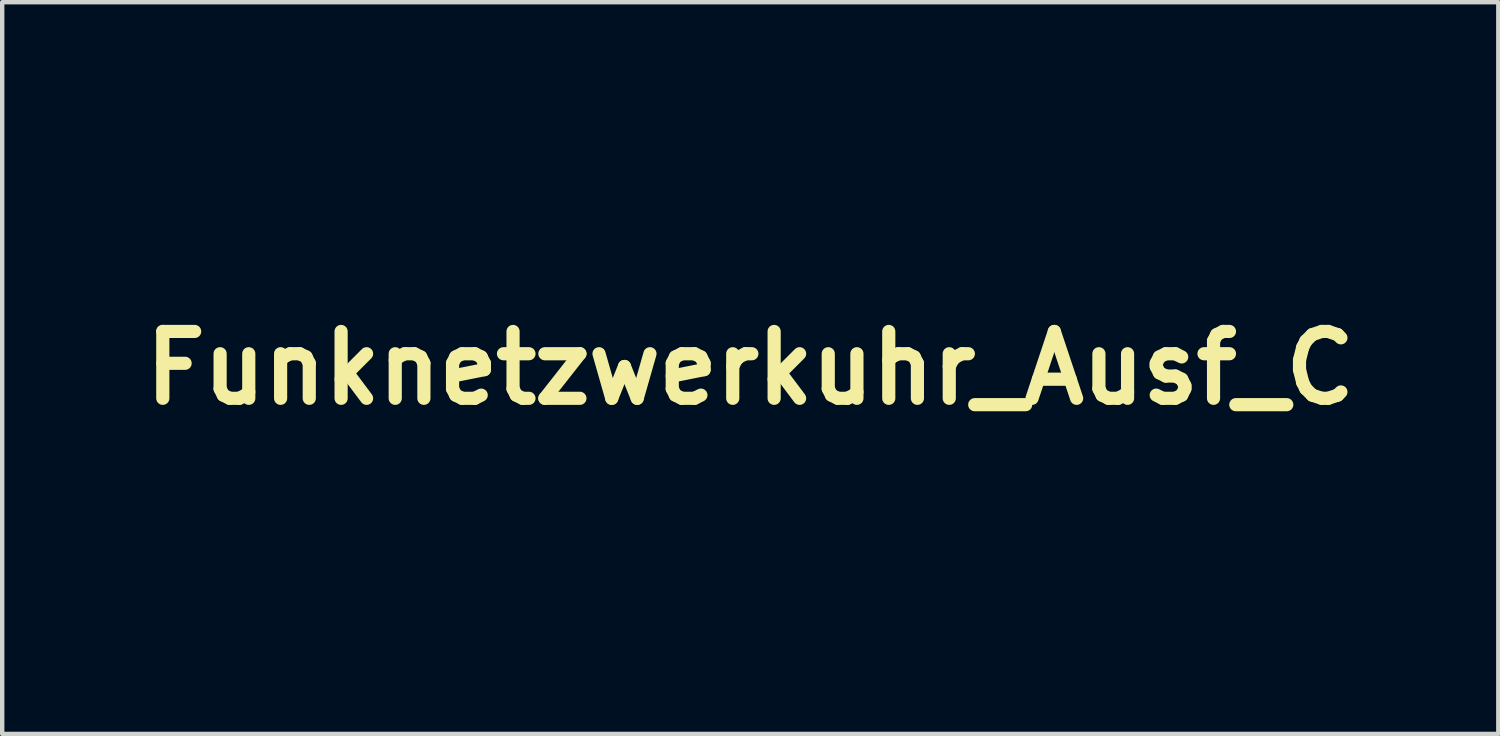
<source format=kicad_pcb>
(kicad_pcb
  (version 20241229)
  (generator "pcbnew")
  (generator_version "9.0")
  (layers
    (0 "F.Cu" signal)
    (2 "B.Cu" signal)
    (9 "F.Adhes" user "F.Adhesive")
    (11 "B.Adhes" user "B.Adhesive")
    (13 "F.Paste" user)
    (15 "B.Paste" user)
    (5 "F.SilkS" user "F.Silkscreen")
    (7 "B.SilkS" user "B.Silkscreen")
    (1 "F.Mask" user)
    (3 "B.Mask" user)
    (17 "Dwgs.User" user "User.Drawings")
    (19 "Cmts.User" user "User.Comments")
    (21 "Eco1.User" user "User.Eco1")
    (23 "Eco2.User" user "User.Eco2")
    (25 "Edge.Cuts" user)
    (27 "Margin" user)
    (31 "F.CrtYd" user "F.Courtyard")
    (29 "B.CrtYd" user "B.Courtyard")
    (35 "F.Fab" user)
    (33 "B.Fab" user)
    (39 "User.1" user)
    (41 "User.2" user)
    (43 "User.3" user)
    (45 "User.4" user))
  (footprint "Funknetzwerkuhr_Ausf_C"
    (layer "F.Cu")
    (at 14.05 5.339)
    (property "Reference" "Funknetzwerkuhr_Ausf_C" (at 0 0 0) (layer "F.SilkS") (effects (font (size 1.524 1.524) (thickness 0.3))))
    (attr through_hole)
    (fp_poly (pts (xy 10.958 5.271) (xy 10.922 5.334) (xy 10.886 5.271) (xy 10.922 5.207) (xy 10.958 5.271)) (stroke (width 0.01) (type solid)) (fill no) (layer "Eco2.User"))
    (fp_poly (pts (xy -4.346 4.164) (xy -4.269 4.274) (xy -4.179 4.451) (xy -4.199 4.601) (xy -4.256 4.72) (xy -4.386 4.92) (xy -4.487 4.908) (xy -4.573 4.76) (xy -4.623 4.578) (xy -4.566 4.38) (xy -4.534 4.315) (xy -4.429 4.145) (xy -4.346 4.164)) (stroke (width 0.01) (type solid)) (fill no) (layer "Eco2.User"))
    (fp_poly (pts (xy -5.405 -5.213) (xy -5.388 -4.887) (xy -5.376 -4.4) (xy -5.371 -3.798) (xy -5.37 -3.629) (xy -5.368 -2.928) (xy -5.36 -2.443) (xy -5.342 -2.134) (xy -5.314 -1.963) (xy -5.272 -1.891) (xy -5.256 -1.883) (xy -5.213 -1.817) (xy -5.298 -1.684) (xy -5.355 -1.622) (xy -5.505 -1.484) (xy -5.596 -1.488) (xy -5.69 -1.638) (xy -5.697 -1.651) (xy -5.819 -1.807) (xy -5.906 -1.814) (xy -5.934 -1.824) (xy -5.891 -1.937) (xy -5.844 -2.134) (xy -5.817 -2.494) (xy -5.809 -3.052) (xy -5.813 -3.499) (xy -5.82 -4.102) (xy -5.817 -4.504) (xy -5.798 -4.759) (xy -5.758 -4.92) (xy -5.693 -5.039) (xy -5.656 -5.091) (xy -5.515 -5.26) (xy -5.425 -5.331) (xy -5.405 -5.213)) (stroke (width 0.01) (type solid)) (fill no) (layer "Eco2.User"))
    (fp_poly (pts (xy -4.472 -3.98) (xy -4.479 -3.806) (xy -4.59 -3.505) (xy -4.78 -3.354) (xy -4.952 -3.375) (xy -5.054 -3.423) (xy -5.068 -3.369) (xy -4.998 -3.163) (xy -4.973 -3.096) (xy -4.836 -2.726) (xy -4.692 -2.333) (xy -4.687 -2.318) (xy -4.569 -2.069) (xy -4.465 -1.962) (xy -4.445 -1.965) (xy -4.358 -1.986) (xy -4.369 -1.895) (xy -4.461 -1.738) (xy -4.569 -1.611) (xy -4.783 -1.39) (xy -5.04 -2.058) (xy -5.174 -2.422) (xy -5.267 -2.704) (xy -5.298 -2.833) (xy -5.264 -2.996) (xy -5.177 -3.294) (xy -5.11 -3.5) (xy -4.989 -3.828) (xy -4.901 -3.967) (xy -4.813 -3.957) (xy -4.788 -3.935) (xy -4.651 -3.879) (xy -4.608 -3.937) (xy -4.524 -4.064) (xy -4.472 -3.98)) (stroke (width 0.01) (type solid)) (fill no) (layer "Eco2.User"))
    (fp_poly (pts (xy -0.875 -4.387) (xy -0.871 -4.263) (xy -0.824 -3.997) (xy -0.708 -3.898) (xy -0.544 -3.842) (xy -0.711 -3.746) (xy -0.797 -3.678) (xy -0.844 -3.556) (xy -0.862 -3.321) (xy -0.859 -2.912) (xy -0.856 -2.746) (xy -0.838 -2.263) (xy -0.81 -1.989) (xy -0.764 -1.88) (xy -0.726 -1.875) (xy -0.677 -1.856) (xy -0.753 -1.723) (xy -0.758 -1.716) (xy -0.926 -1.547) (xy -1.08 -1.577) (xy -1.208 -1.71) (xy -1.343 -1.819) (xy -1.421 -1.805) (xy -1.434 -1.814) (xy -1.388 -1.932) (xy -1.328 -2.239) (xy -1.313 -2.774) (xy -1.317 -2.971) (xy -1.322 -3.459) (xy -1.296 -3.789) (xy -1.228 -4.051) (xy -1.176 -4.182) (xy -1.025 -4.483) (xy -0.923 -4.551) (xy -0.875 -4.387)) (stroke (width 0.01) (type solid)) (fill no) (layer "Eco2.User"))
    (fp_poly (pts (xy 5.699 -5.213) (xy 5.715 -4.887) (xy 5.727 -4.4) (xy 5.733 -3.798) (xy 5.733 -3.629) (xy 5.735 -2.928) (xy 5.744 -2.443) (xy 5.761 -2.134) (xy 5.79 -1.963) (xy 5.832 -1.891) (xy 5.847 -1.883) (xy 5.89 -1.817) (xy 5.806 -1.684) (xy 5.748 -1.622) (xy 5.598 -1.484) (xy 5.507 -1.488) (xy 5.413 -1.638) (xy 5.407 -1.651) (xy 5.284 -1.807) (xy 5.197 -1.814) (xy 5.17 -1.824) (xy 5.213 -1.937) (xy 5.26 -2.134) (xy 5.286 -2.494) (xy 5.294 -3.052) (xy 5.29 -3.499) (xy 5.283 -4.102) (xy 5.286 -4.504) (xy 5.305 -4.759) (xy 5.345 -4.92) (xy 5.411 -5.039) (xy 5.448 -5.091) (xy 5.589 -5.26) (xy 5.679 -5.331) (xy 5.699 -5.213)) (stroke (width 0.01) (type solid)) (fill no) (layer "Eco2.User"))
    (fp_poly (pts (xy 6.631 -3.98) (xy 6.624 -3.806) (xy 6.513 -3.505) (xy 6.323 -3.354) (xy 6.151 -3.375) (xy 6.05 -3.423) (xy 6.036 -3.369) (xy 6.106 -3.163) (xy 6.13 -3.096) (xy 6.267 -2.726) (xy 6.412 -2.333) (xy 6.417 -2.318) (xy 6.534 -2.069) (xy 6.639 -1.962) (xy 6.658 -1.965) (xy 6.746 -1.986) (xy 6.735 -1.895) (xy 6.642 -1.738) (xy 6.535 -1.611) (xy 6.32 -1.39) (xy 6.063 -2.058) (xy 5.929 -2.422) (xy 5.836 -2.704) (xy 5.806 -2.833) (xy 5.84 -2.996) (xy 5.927 -3.294) (xy 5.994 -3.5) (xy 6.114 -3.828) (xy 6.203 -3.967) (xy 6.29 -3.957) (xy 6.316 -3.935) (xy 6.453 -3.879) (xy 6.495 -3.937) (xy 6.58 -4.064) (xy 6.631 -3.98)) (stroke (width 0.01) (type solid)) (fill no) (layer "Eco2.User"))
    (fp_poly (pts (xy 5.147 -3.973) (xy 5.153 -3.946) (xy 5.089 -3.675) (xy 4.937 -3.49) (xy 4.762 -3.457) (xy 4.566 -3.523) (xy 4.587 -2.746) (xy 4.602 -2.319) (xy 4.629 -2.09) (xy 4.682 -2.001) (xy 4.777 -1.997) (xy 4.79 -1.999) (xy 4.915 -2.01) (xy 4.908 -1.948) (xy 4.826 -1.831) (xy 4.617 -1.571) (xy 4.479 -1.478) (xy 4.382 -1.537) (xy 4.353 -1.59) (xy 4.222 -1.751) (xy 4.149 -1.778) (xy 4.077 -1.813) (xy 4.122 -1.93) (xy 4.17 -2.134) (xy 4.201 -2.5) (xy 4.209 -2.819) (xy 4.202 -3.242) (xy 4.175 -3.467) (xy 4.118 -3.552) (xy 4.082 -3.559) (xy 4.015 -3.588) (xy 4.058 -3.694) (xy 4.136 -3.805) (xy 4.274 -3.96) (xy 4.368 -3.951) (xy 4.431 -3.867) (xy 4.543 -3.755) (xy 4.634 -3.841) (xy 4.744 -3.942) (xy 4.905 -4.006) (xy 5.058 -4.02) (xy 5.147 -3.973)) (stroke (width 0.01) (type solid)) (fill no) (layer "Eco2.User"))
    (fp_poly (pts (xy 10.88 -3.973) (xy 10.886 -3.946) (xy 10.823 -3.675) (xy 10.671 -3.49) (xy 10.495 -3.457) (xy 10.299 -3.523) (xy 10.32 -2.746) (xy 10.335 -2.319) (xy 10.362 -2.09) (xy 10.415 -2.001) (xy 10.51 -1.997) (xy 10.523 -1.999) (xy 10.649 -2.01) (xy 10.642 -1.948) (xy 10.559 -1.831) (xy 10.35 -1.571) (xy 10.212 -1.478) (xy 10.116 -1.537) (xy 10.086 -1.59) (xy 9.955 -1.751) (xy 9.883 -1.778) (xy 9.81 -1.813) (xy 9.855 -1.93) (xy 9.903 -2.134) (xy 9.934 -2.5) (xy 9.942 -2.819) (xy 9.935 -3.242) (xy 9.908 -3.467) (xy 9.851 -3.552) (xy 9.815 -3.559) (xy 9.748 -3.588) (xy 9.791 -3.694) (xy 9.869 -3.805) (xy 10.007 -3.96) (xy 10.101 -3.951) (xy 10.164 -3.867) (xy 10.276 -3.755) (xy 10.367 -3.841) (xy 10.477 -3.942) (xy 10.638 -4.006) (xy 10.791 -4.02) (xy 10.88 -3.973)) (stroke (width 0.01) (type solid)) (fill no) (layer "Eco2.User"))
    (fp_poly (pts (xy -1.747 -3.697) (xy -1.648 -3.435) (xy -1.598 -3.274) (xy -1.597 -3.263) (xy -1.654 -3.168) (xy -1.8 -2.995) (xy -1.923 -2.864) (xy -2.107 -2.66) (xy -2.224 -2.498) (xy -2.247 -2.439) (xy -2.193 -2.309) (xy -2.067 -2.123) (xy -1.931 -1.977) (xy -1.821 -1.983) (xy -1.689 -2.104) (xy -1.598 -2.184) (xy -1.612 -2.126) (xy -1.732 -1.92) (xy -1.772 -1.854) (xy -1.94 -1.598) (xy -2.066 -1.432) (xy -2.107 -1.397) (xy -2.193 -1.468) (xy -2.335 -1.642) (xy -2.348 -1.659) (xy -2.492 -1.821) (xy -2.589 -1.865) (xy -2.594 -1.861) (xy -2.619 -1.944) (xy -2.63 -2.218) (xy -2.625 -2.589) (xy -2.608 -3.175) (xy -2.25 -3.175) (xy -2.212 -2.896) (xy -2.122 -2.78) (xy -2.02 -2.863) (xy -1.997 -2.918) (xy -1.993 -3.118) (xy -2.054 -3.365) (xy -2.143 -3.537) (xy -2.18 -3.556) (xy -2.229 -3.446) (xy -2.25 -3.18) (xy -2.25 -3.175) (xy -2.608 -3.175) (xy -2.602 -3.376) (xy -1.898 -4.068) (xy -1.747 -3.697)) (stroke (width 0.01) (type solid)) (fill no) (layer "Eco2.User"))
    (fp_poly (pts (xy 3.695 -3.697) (xy 3.795 -3.435) (xy 3.845 -3.274) (xy 3.846 -3.263) (xy 3.789 -3.168) (xy 3.643 -2.995) (xy 3.52 -2.864) (xy 3.336 -2.66) (xy 3.219 -2.498) (xy 3.195 -2.439) (xy 3.25 -2.309) (xy 3.376 -2.123) (xy 3.511 -1.977) (xy 3.622 -1.983) (xy 3.754 -2.104) (xy 3.844 -2.184) (xy 3.831 -2.126) (xy 3.711 -1.92) (xy 3.671 -1.854) (xy 3.503 -1.598) (xy 3.377 -1.432) (xy 3.336 -1.397) (xy 3.25 -1.468) (xy 3.108 -1.642) (xy 3.095 -1.659) (xy 2.951 -1.821) (xy 2.854 -1.865) (xy 2.849 -1.861) (xy 2.824 -1.944) (xy 2.813 -2.218) (xy 2.818 -2.589) (xy 2.835 -3.175) (xy 3.193 -3.175) (xy 3.231 -2.896) (xy 3.32 -2.78) (xy 3.423 -2.863) (xy 3.446 -2.918) (xy 3.449 -3.118) (xy 3.389 -3.365) (xy 3.299 -3.537) (xy 3.263 -3.556) (xy 3.214 -3.446) (xy 3.193 -3.18) (xy 3.193 -3.175) (xy 2.835 -3.175) (xy 2.841 -3.376) (xy 3.545 -4.068) (xy 3.695 -3.697)) (stroke (width 0.01) (type solid)) (fill no) (layer "Eco2.User"))
    (fp_poly (pts (xy -8.53 -3.889) (xy -8.453 -3.581) (xy -8.42 -3.04) (xy -8.418 -2.848) (xy -8.414 -2.431) (xy -8.403 -2.136) (xy -8.388 -2.032) (xy -8.303 -1.992) (xy -8.232 -1.948) (xy -8.17 -1.928) (xy -8.136 -2.006) (xy -8.127 -2.226) (xy -8.136 -2.637) (xy -8.143 -2.835) (xy -8.157 -3.333) (xy -8.152 -3.634) (xy -8.122 -3.794) (xy -8.062 -3.869) (xy -8.046 -3.879) (xy -7.899 -3.912) (xy -7.804 -3.795) (xy -7.75 -3.497) (xy -7.73 -2.988) (xy -7.729 -2.794) (xy -7.721 -2.274) (xy -7.697 -1.977) (xy -7.653 -1.873) (xy -7.638 -1.873) (xy -7.553 -1.867) (xy -7.592 -1.756) (xy -7.738 -1.566) (xy -7.875 -1.426) (xy -7.954 -1.437) (xy -8.025 -1.581) (xy -8.106 -1.733) (xy -8.193 -1.722) (xy -8.301 -1.609) (xy -8.44 -1.478) (xy -8.544 -1.509) (xy -8.643 -1.635) (xy -8.732 -1.794) (xy -8.779 -1.997) (xy -8.793 -2.32) (xy -8.789 -2.7) (xy -8.785 -3.158) (xy -8.802 -3.419) (xy -8.847 -3.543) (xy -8.9 -3.577) (xy -8.969 -3.628) (xy -8.928 -3.728) (xy -8.836 -3.84) (xy -8.657 -3.972) (xy -8.53 -3.889)) (stroke (width 0.01) (type solid)) (fill no) (layer "Eco2.User"))
    (fp_poly (pts (xy -8.313 2.461) (xy -8.235 2.769) (xy -8.202 3.31) (xy -8.201 3.502) (xy -8.196 3.919) (xy -8.185 4.214) (xy -8.17 4.318) (xy -8.085 4.358) (xy -8.015 4.402) (xy -7.952 4.422) (xy -7.919 4.344) (xy -7.909 4.124) (xy -7.918 3.713) (xy -7.925 3.515) (xy -7.94 3.017) (xy -7.934 2.716) (xy -7.904 2.556) (xy -7.844 2.481) (xy -7.828 2.471) (xy -7.681 2.438) (xy -7.586 2.555) (xy -7.532 2.853) (xy -7.512 3.362) (xy -7.511 3.556) (xy -7.504 4.076) (xy -7.479 4.373) (xy -7.435 4.477) (xy -7.42 4.477) (xy -7.336 4.483) (xy -7.374 4.594) (xy -7.52 4.784) (xy -7.657 4.924) (xy -7.736 4.913) (xy -7.807 4.769) (xy -7.888 4.617) (xy -7.975 4.628) (xy -8.083 4.741) (xy -8.222 4.872) (xy -8.326 4.841) (xy -8.425 4.715) (xy -8.514 4.556) (xy -8.561 4.353) (xy -8.576 4.03) (xy -8.571 3.65) (xy -8.567 3.192) (xy -8.584 2.931) (xy -8.629 2.807) (xy -8.682 2.773) (xy -8.751 2.722) (xy -8.71 2.622) (xy -8.618 2.51) (xy -8.439 2.378) (xy -8.313 2.461)) (stroke (width 0.01) (type solid)) (fill no) (layer "Eco2.User"))
    (fp_poly (pts (xy -6.575 -3.951) (xy -6.493 -3.807) (xy -6.37 -3.633) (xy -6.282 -3.599) (xy -6.239 -3.513) (xy -6.223 -3.179) (xy -6.229 -2.789) (xy -6.237 -2.326) (xy -6.224 -2.057) (xy -6.184 -1.927) (xy -6.12 -1.88) (xy -6.048 -1.828) (xy -6.083 -1.731) (xy -6.194 -1.592) (xy -6.391 -1.423) (xy -6.524 -1.46) (xy -6.599 -1.714) (xy -6.621 -2.194) (xy -6.616 -2.434) (xy -6.612 -2.933) (xy -6.639 -3.24) (xy -6.701 -3.412) (xy -6.704 -3.416) (xy -6.829 -3.514) (xy -6.891 -3.496) (xy -6.937 -3.323) (xy -6.961 -2.989) (xy -6.963 -2.583) (xy -6.941 -2.194) (xy -6.896 -1.912) (xy -6.893 -1.902) (xy -6.863 -1.685) (xy -6.959 -1.532) (xy -6.961 -1.529) (xy -7.087 -1.422) (xy -7.164 -1.437) (xy -7.257 -1.56) (xy -7.322 -1.751) (xy -7.357 -2.119) (xy -7.366 -2.603) (xy -7.374 -3.103) (xy -7.401 -3.38) (xy -7.45 -3.462) (xy -7.457 -3.461) (xy -7.542 -3.48) (xy -7.525 -3.597) (xy -7.42 -3.756) (xy -7.376 -3.801) (xy -7.216 -3.897) (xy -7.072 -3.816) (xy -7.054 -3.796) (xy -6.92 -3.699) (xy -6.803 -3.79) (xy -6.765 -3.848) (xy -6.657 -3.99) (xy -6.575 -3.951)) (stroke (width 0.01) (type solid)) (fill no) (layer "Eco2.User"))
    (fp_poly (pts (xy -3.309 -3.951) (xy -3.228 -3.807) (xy -3.104 -3.633) (xy -3.016 -3.599) (xy -2.973 -3.513) (xy -2.957 -3.179) (xy -2.963 -2.789) (xy -2.971 -2.326) (xy -2.958 -2.057) (xy -2.918 -1.927) (xy -2.854 -1.88) (xy -2.783 -1.828) (xy -2.818 -1.731) (xy -2.928 -1.592) (xy -3.125 -1.423) (xy -3.258 -1.46) (xy -3.333 -1.714) (xy -3.355 -2.194) (xy -3.351 -2.434) (xy -3.346 -2.933) (xy -3.373 -3.24) (xy -3.436 -3.412) (xy -3.438 -3.416) (xy -3.563 -3.514) (xy -3.625 -3.496) (xy -3.672 -3.323) (xy -3.696 -2.989) (xy -3.697 -2.583) (xy -3.675 -2.194) (xy -3.631 -1.912) (xy -3.628 -1.902) (xy -3.598 -1.685) (xy -3.693 -1.532) (xy -3.695 -1.529) (xy -3.821 -1.422) (xy -3.899 -1.437) (xy -3.991 -1.56) (xy -4.057 -1.751) (xy -4.092 -2.119) (xy -4.1 -2.603) (xy -4.109 -3.103) (xy -4.136 -3.38) (xy -4.184 -3.462) (xy -4.191 -3.461) (xy -4.276 -3.48) (xy -4.259 -3.597) (xy -4.154 -3.756) (xy -4.11 -3.801) (xy -3.95 -3.897) (xy -3.806 -3.816) (xy -3.788 -3.796) (xy -3.654 -3.699) (xy -3.538 -3.79) (xy -3.499 -3.848) (xy -3.391 -3.99) (xy -3.309 -3.951)) (stroke (width 0.01) (type solid)) (fill no) (layer "Eco2.User"))
    (fp_poly (pts (xy 0.531 -3.971) (xy 0.581 -3.949) (xy 0.541 -3.826) (xy 0.441 -3.578) (xy 0.395 -3.473) (xy 0.288 -3.2) (xy 0.275 -3.073) (xy 0.323 -3.048) (xy 0.422 -2.995) (xy 0.435 -2.946) (xy 0.373 -2.735) (xy 0.225 -2.578) (xy 0.103 -2.54) (xy -0.066 -2.457) (xy -0.145 -2.349) (xy -0.169 -2.244) (xy -0.111 -2.174) (xy 0.048 -2.134) (xy 0.325 -2.116) (xy 0.52 -2.113) (xy 0.597 -2.094) (xy 0.587 -1.992) (xy 0.52 -1.816) (xy 0.42 -1.628) (xy 0.294 -1.564) (xy 0.093 -1.592) (xy -0.137 -1.607) (xy -0.327 -1.552) (xy -0.36 -1.527) (xy -0.476 -1.452) (xy -0.508 -1.536) (xy -0.472 -1.733) (xy -0.384 -2.034) (xy -0.357 -2.112) (xy -0.266 -2.386) (xy -0.254 -2.509) (xy -0.315 -2.54) (xy -0.332 -2.54) (xy -0.414 -2.557) (xy -0.397 -2.651) (xy -0.327 -2.794) (xy -0.182 -2.987) (xy -0.066 -3.048) (xy 0.069 -3.111) (xy 0.109 -3.175) (xy 0.079 -3.272) (xy -0.09 -3.33) (xy -0.381 -3.346) (xy -0.487 -3.379) (xy -0.485 -3.509) (xy -0.401 -3.729) (xy -0.298 -3.874) (xy -0.122 -3.953) (xy 0.141 -3.983) (xy 0.372 -3.984) (xy 0.531 -3.971)) (stroke (width 0.01) (type solid)) (fill no) (layer "Eco2.User"))
    (fp_poly (pts (xy -4.994 1.102) (xy -4.913 1.198) (xy -4.827 1.337) (xy -4.851 1.449) (xy -4.94 1.567) (xy -5.072 1.692) (xy -5.185 1.655) (xy -5.271 1.565) (xy -5.385 1.449) (xy -5.432 1.488) (xy -5.443 1.726) (xy -5.443 1.827) (xy -5.431 2.133) (xy -5.373 2.262) (xy -5.257 2.286) (xy -5.134 2.326) (xy -5.116 2.413) (xy -5.219 2.52) (xy -5.302 2.54) (xy -5.377 2.566) (xy -5.419 2.682) (xy -5.438 2.941) (xy -5.443 3.397) (xy -5.443 3.413) (xy -5.427 3.998) (xy -5.379 4.348) (xy -5.345 4.428) (xy -5.24 4.509) (xy -5.2 4.486) (xy -5.154 4.459) (xy -5.153 4.473) (xy -5.206 4.585) (xy -5.327 4.743) (xy -5.462 4.869) (xy -5.567 4.839) (xy -5.681 4.699) (xy -5.818 4.544) (xy -5.904 4.51) (xy -5.905 4.512) (xy -5.91 4.489) (xy -5.879 4.419) (xy -5.835 4.213) (xy -5.811 3.87) (xy -5.805 3.466) (xy -5.817 3.079) (xy -5.846 2.787) (xy -5.891 2.667) (xy -5.893 2.667) (xy -5.943 2.63) (xy -5.893 2.515) (xy -5.828 2.28) (xy -5.806 2.008) (xy -5.773 1.737) (xy -5.653 1.501) (xy -5.517 1.335) (xy -5.289 1.109) (xy -5.13 1.035) (xy -4.994 1.102)) (stroke (width 0.01) (type solid)) (fill no) (layer "Eco2.User"))
    (fp_poly (pts (xy -6.14 2.381) (xy -6.186 2.669) (xy -6.209 2.768) (xy -6.282 3.04) (xy -6.354 3.115) (xy -6.481 3.03) (xy -6.529 2.987) (xy -6.677 2.863) (xy -6.737 2.881) (xy -6.749 3.062) (xy -6.749 3.108) (xy -6.705 3.353) (xy -6.607 3.437) (xy -6.503 3.322) (xy -6.496 3.303) (xy -6.41 3.242) (xy -6.292 3.346) (xy -6.179 3.559) (xy -6.106 3.822) (xy -6.096 3.947) (xy -6.161 4.288) (xy -6.325 4.595) (xy -6.545 4.812) (xy -6.775 4.88) (xy -6.826 4.869) (xy -6.982 4.858) (xy -7.048 4.991) (xy -7.051 5.014) (xy -7.096 5.151) (xy -7.13 5.134) (xy -7.182 4.888) (xy -7.166 4.546) (xy -7.089 4.226) (xy -7.059 4.159) (xy -7.038 4.113) (xy -6.9 4.113) (xy -6.734 4.27) (xy -6.607 4.362) (xy -6.553 4.296) (xy -6.543 4.238) (xy -6.547 3.953) (xy -6.563 3.849) (xy -6.608 3.725) (xy -6.683 3.774) (xy -6.754 3.881) (xy -6.9 4.113) (xy -7.038 4.113) (xy -6.975 3.972) (xy -6.993 3.866) (xy -7.059 3.793) (xy -7.157 3.57) (xy -7.185 3.303) (xy -7.158 3.04) (xy -7.055 2.824) (xy -6.881 2.619) (xy -6.648 2.418) (xy -6.491 2.391) (xy -6.457 2.415) (xy -6.308 2.446) (xy -6.253 2.384) (xy -6.163 2.279) (xy -6.14 2.381)) (stroke (width 0.01) (type solid)) (fill no) (layer "Eco2.User"))
    (fp_poly (pts (xy 0.995 -4.534) (xy 0.947 -4.389) (xy 0.908 -4.228) (xy 0.971 -4.047) (xy 1.047 -3.921) (xy 1.153 -3.725) (xy 1.21 -3.496) (xy 1.231 -3.147) (xy 1.234 -2.86) (xy 1.26 -2.263) (xy 1.338 -1.903) (xy 1.468 -1.778) (xy 1.472 -1.778) (xy 1.501 -1.894) (xy 1.516 -2.202) (xy 1.516 -2.638) (xy 1.514 -2.716) (xy 1.518 -3.364) (xy 1.562 -3.788) (xy 1.646 -3.982) (xy 1.767 -3.939) (xy 1.811 -3.878) (xy 1.881 -3.704) (xy 1.909 -3.427) (xy 1.903 -2.978) (xy 1.901 -2.922) (xy 1.897 -2.366) (xy 1.94 -2.023) (xy 1.96 -1.968) (xy 2.065 -1.799) (xy 2.133 -1.832) (xy 2.167 -2.083) (xy 2.171 -2.565) (xy 2.168 -2.716) (xy 2.171 -3.34) (xy 2.215 -3.767) (xy 2.294 -3.982) (xy 2.406 -3.967) (xy 2.438 -3.928) (xy 2.559 -3.848) (xy 2.609 -3.87) (xy 2.679 -3.865) (xy 2.685 -3.817) (xy 2.632 -3.688) (xy 2.613 -3.683) (xy 2.575 -3.566) (xy 2.549 -3.252) (xy 2.54 -2.812) (xy 2.54 -1.94) (xy 2.214 -1.638) (xy 2.006 -1.463) (xy 1.872 -1.413) (xy 1.762 -1.473) (xy 1.741 -1.496) (xy 1.565 -1.589) (xy 1.455 -1.527) (xy 1.23 -1.404) (xy 1.057 -1.513) (xy 1.017 -1.586) (xy 0.922 -1.719) (xy 0.879 -1.723) (xy 0.858 -1.811) (xy 0.851 -2.093) (xy 0.857 -2.507) (xy 0.858 -2.524) (xy 0.866 -3.021) (xy 0.845 -3.329) (xy 0.791 -3.51) (xy 0.769 -3.545) (xy 0.67 -3.818) (xy 0.665 -4.138) (xy 0.742 -4.416) (xy 0.887 -4.565) (xy 0.931 -4.572) (xy 0.995 -4.534)) (stroke (width 0.01) (type solid)) (fill no) (layer "Eco2.User"))
    (fp_poly (pts (xy -2.101 1.202) (xy -2.044 1.247) (xy -1.743 1.482) (xy -1.907 1.751) (xy -2.061 1.931) (xy -2.178 1.901) (xy -2.3 1.796) (xy -2.34 1.78) (xy -2.363 1.897) (xy -2.381 2.216) (xy -2.392 2.685) (xy -2.395 3.111) (xy -2.39 3.762) (xy -2.37 4.181) (xy -2.326 4.393) (xy -2.249 4.419) (xy -2.131 4.284) (xy -2.018 4.104) (xy -1.887 3.898) (xy -1.829 3.864) (xy -1.816 3.987) (xy -1.817 4.008) (xy -1.886 4.399) (xy -2.063 4.728) (xy -2.308 4.962) (xy -2.584 5.067) (xy -2.854 5.01) (xy -2.905 4.976) (xy -3.223 4.613) (xy -3.444 4.119) (xy -3.49 3.857) (xy -3.121 3.857) (xy -2.963 4.151) (xy -2.798 4.362) (xy -2.636 4.445) (xy -2.562 4.436) (xy -2.514 4.378) (xy -2.486 4.229) (xy -2.472 3.942) (xy -2.468 3.475) (xy -2.467 3.055) (xy -2.474 2.463) (xy -2.491 1.987) (xy -2.517 1.679) (xy -2.54 1.587) (xy -2.579 1.661) (xy -2.604 1.966) (xy -2.613 2.471) (xy -2.613 3.433) (xy -2.867 3.645) (xy -3.121 3.857) (xy -3.49 3.857) (xy -3.533 3.614) (xy -3.549 3.022) (xy -3.538 2.919) (xy -3.199 2.919) (xy -3.194 3.28) (xy -3.166 3.55) (xy -3.113 3.655) (xy -3.102 3.652) (xy -3.045 3.492) (xy -3.005 3.106) (xy -2.99 2.731) (xy -2.982 2.28) (xy -2.99 2.039) (xy -3.02 1.967) (xy -3.077 2.021) (xy -3.081 2.027) (xy -3.141 2.218) (xy -3.181 2.54) (xy -3.199 2.919) (xy -3.538 2.919) (xy -3.492 2.47) (xy -3.45 2.295) (xy -3.32 1.963) (xy -3.193 1.735) (xy -3.04 1.735) (xy -3.012 1.739) (xy -2.915 1.656) (xy -2.805 1.519) (xy -2.79 1.426) (xy -2.866 1.446) (xy -2.959 1.578) (xy -3.04 1.735) (xy -3.193 1.735) (xy -3.146 1.653) (xy -2.968 1.42) (xy -2.821 1.318) (xy -2.78 1.325) (xy -2.648 1.312) (xy -2.511 1.203) (xy -2.392 1.095) (xy -2.275 1.093) (xy -2.101 1.202)) (stroke (width 0.01) (type solid)) (fill no) (layer "Eco2.User"))
    (fp_poly (pts (xy -9.937 -5.005) (xy -10.041 -4.842) (xy -10.106 -4.683) (xy -10.142 -4.468) (xy -10.157 -4.135) (xy -10.16 -3.622) (xy -10.16 -3.49) (xy -10.163 -2.929) (xy -10.175 -2.562) (xy -10.206 -2.332) (xy -10.261 -2.179) (xy -10.341 -2.056) (xy -10.521 -1.807) (xy -10.323 -1.741) (xy -10.159 -1.711) (xy -10.07 -1.734) (xy -10.048 -1.877) (xy -10.03 -2.221) (xy -10.019 -2.712) (xy -10.015 -3.231) (xy -10.015 -4.669) (xy -9.75 -5.022) (xy -9.572 -5.236) (xy -9.441 -5.304) (xy -9.3 -5.252) (xy -9.273 -5.235) (xy -9.083 -5.158) (xy -8.939 -5.171) (xy -8.885 -5.17) (xy -8.936 -5.024) (xy -8.993 -4.91) (xy -9.174 -4.656) (xy -9.342 -4.575) (xy -9.464 -4.681) (xy -9.471 -4.699) (xy -9.555 -4.829) (xy -9.621 -4.733) (xy -9.651 -4.439) (xy -9.652 -4.381) (xy -9.644 -4.101) (xy -9.592 -3.973) (xy -9.456 -3.939) (xy -9.349 -3.937) (xy -9.046 -3.937) (xy -9.217 -3.619) (xy -9.37 -3.401) (xy -9.512 -3.302) (xy -9.52 -3.302) (xy -9.613 -3.24) (xy -9.65 -3.013) (xy -9.652 -2.871) (xy -9.703 -2.522) (xy -9.835 -2.113) (xy -10.016 -1.709) (xy -10.217 -1.375) (xy -10.405 -1.174) (xy -10.489 -1.143) (xy -10.66 -1.075) (xy -10.718 -0.898) (xy -10.665 -0.693) (xy -10.623 -0.543) (xy -10.686 -0.528) (xy -10.831 -0.645) (xy -10.94 -0.882) (xy -10.949 -1.212) (xy -10.863 -1.549) (xy -10.775 -1.71) (xy -10.647 -1.966) (xy -10.573 -2.338) (xy -10.547 -2.635) (xy -10.527 -3.024) (xy -10.538 -3.223) (xy -10.59 -3.295) (xy -10.643 -3.302) (xy -10.811 -3.224) (xy -10.877 -3.143) (xy -10.942 -3.071) (xy -10.953 -3.203) (xy -10.946 -3.301) (xy -10.854 -3.618) (xy -10.722 -3.784) (xy -10.581 -3.951) (xy -10.523 -4.115) (xy -10.473 -4.314) (xy -10.371 -4.519) (xy -10.219 -4.76) (xy -10.425 -4.908) (xy -10.655 -4.986) (xy -10.759 -4.936) (xy -10.868 -4.864) (xy -10.866 -4.945) (xy -10.772 -5.134) (xy -10.633 -5.262) (xy -10.389 -5.324) (xy -10.186 -5.334) (xy -9.713 -5.334) (xy -9.937 -5.005)) (stroke (width 0.01) (type solid)) (fill no) (layer "Eco2.User"))
    (fp_poly (pts (xy -9.571 1.002) (xy -9.37 1.074) (xy -9.26 1.026) (xy -9.224 1.052) (xy -9.204 1.269) (xy -9.198 1.7) (xy -9.205 2.306) (xy -9.214 3.092) (xy -9.206 3.653) (xy -9.179 4.014) (xy -9.131 4.203) (xy -9.059 4.246) (xy -9.025 4.23) (xy -8.937 4.216) (xy -8.938 4.322) (xy -9.01 4.491) (xy -9.138 4.668) (xy -9.163 4.695) (xy -9.31 4.81) (xy -9.415 4.768) (xy -9.496 4.653) (xy -9.606 4.506) (xy -9.701 4.511) (xy -9.831 4.644) (xy -9.989 4.781) (xy -10.091 4.741) (xy -10.106 4.718) (xy -10.262 4.596) (xy -10.483 4.586) (xy -10.705 4.683) (xy -10.797 4.77) (xy -10.913 4.877) (xy -10.958 4.855) (xy -10.91 4.701) (xy -10.791 4.471) (xy -10.77 4.435) (xy -10.607 4.106) (xy -10.531 3.902) (xy -10.438 3.902) (xy -10.415 4.001) (xy -10.322 3.982) (xy -10.159 3.982) (xy -10.014 4.049) (xy -9.848 4.156) (xy -9.759 4.164) (xy -9.686 4.072) (xy -9.667 4.039) (xy -9.59 3.784) (xy -9.579 3.658) (xy -9.641 3.506) (xy -9.795 3.426) (xy -9.993 3.417) (xy -10.187 3.479) (xy -10.33 3.614) (xy -10.349 3.651) (xy -10.438 3.902) (xy -10.531 3.902) (xy -10.46 3.712) (xy -10.448 3.672) (xy -10.367 3.373) (xy -10.356 3.195) (xy -10.42 3.033) (xy -10.471 2.941) (xy -10.6 2.561) (xy -10.622 2.259) (xy -10.474 2.259) (xy -10.446 2.57) (xy -10.378 2.861) (xy -10.295 3.034) (xy -10.268 3.048) (xy -10.225 2.948) (xy -10.215 2.921) (xy -10.096 2.921) (xy -9.579 2.921) (xy -9.579 2.286) (xy -9.589 1.924) (xy -9.614 1.694) (xy -9.634 1.651) (xy -9.696 1.753) (xy -9.8 2.016) (xy -9.892 2.286) (xy -10.096 2.921) (xy -10.215 2.921) (xy -10.128 2.683) (xy -9.999 2.311) (xy -9.987 2.277) (xy -9.858 1.889) (xy -9.764 1.595) (xy -9.725 1.454) (xy -9.725 1.451) (xy -9.788 1.413) (xy -9.934 1.397) (xy -10.193 1.501) (xy -10.383 1.778) (xy -10.472 2.175) (xy -10.474 2.259) (xy -10.622 2.259) (xy -10.628 2.166) (xy -10.565 1.646) (xy -10.393 1.243) (xy -10.14 0.988) (xy -9.835 0.912) (xy -9.571 1.002)) (stroke (width 0.01) (type solid)) (fill no) (layer "Eco2.User"))
    (fp_poly (pts (xy 8.826 -5.216) (xy 8.845 -4.911) (xy 8.854 -4.478) (xy 8.854 -4.425) (xy 8.856 -3.959) (xy 8.867 -3.706) (xy 8.896 -3.624) (xy 8.95 -3.672) (xy 8.986 -3.727) (xy 9.152 -3.915) (xy 9.286 -3.875) (xy 9.358 -3.754) (xy 9.489 -3.634) (xy 9.567 -3.646) (xy 9.646 -3.674) (xy 9.607 -3.567) (xy 9.598 -3.549) (xy 9.546 -3.316) (xy 9.515 -2.872) (xy 9.507 -2.382) (xy 9.502 -1.863) (xy 9.481 -1.526) (xy 9.434 -1.3) (xy 9.351 -1.113) (xy 9.329 -1.074) (xy 9.164 -0.859) (xy 9.008 -0.762) (xy 9 -0.762) (xy 8.849 -0.762) (xy 9 -1.119) (xy 9.08 -1.353) (xy 9.123 -1.625) (xy 9.135 -2.013) (xy 9.129 -2.421) (xy 9.111 -2.926) (xy 9.082 -3.221) (xy 9.034 -3.35) (xy 8.999 -3.365) (xy 8.931 -3.294) (xy 8.889 -3.051) (xy 8.868 -2.646) (xy 8.863 -2.227) (xy 8.884 -1.998) (xy 8.941 -1.898) (xy 8.977 -1.879) (xy 9.047 -1.827) (xy 9.01 -1.727) (xy 8.906 -1.598) (xy 8.76 -1.45) (xy 8.665 -1.45) (xy 8.578 -1.564) (xy 8.431 -1.714) (xy 8.258 -1.691) (xy 8.061 -1.534) (xy 7.923 -1.433) (xy 7.834 -1.498) (xy 7.792 -1.589) (xy 7.713 -1.735) (xy 7.627 -1.721) (xy 7.519 -1.609) (xy 7.381 -1.478) (xy 7.276 -1.509) (xy 7.178 -1.635) (xy 7.089 -1.794) (xy 7.042 -1.997) (xy 7.027 -2.32) (xy 7.032 -2.7) (xy 7.036 -3.158) (xy 7.019 -3.419) (xy 6.974 -3.543) (xy 6.921 -3.577) (xy 6.852 -3.628) (xy 6.893 -3.728) (xy 6.984 -3.84) (xy 7.164 -3.972) (xy 7.291 -3.886) (xy 7.369 -3.575) (xy 7.401 -3.031) (xy 7.402 -2.862) (xy 7.416 -2.36) (xy 7.467 -2.063) (xy 7.567 -1.928) (xy 7.672 -1.905) (xy 7.687 -2.021) (xy 7.689 -2.329) (xy 7.68 -2.766) (xy 7.677 -2.855) (xy 7.663 -3.35) (xy 7.67 -3.648) (xy 7.703 -3.804) (xy 7.766 -3.874) (xy 7.766 -3.874) (xy 7.927 -3.919) (xy 8.023 -3.816) (xy 8.067 -3.532) (xy 8.069 -3.035) (xy 8.067 -2.977) (xy 8.058 -2.412) (xy 8.075 -2.061) (xy 8.125 -1.886) (xy 8.216 -1.849) (xy 8.274 -1.869) (xy 8.34 -1.912) (xy 8.384 -2.001) (xy 8.408 -2.181) (xy 8.417 -2.496) (xy 8.415 -2.993) (xy 8.411 -3.397) (xy 8.404 -4.026) (xy 8.407 -4.452) (xy 8.423 -4.725) (xy 8.458 -4.896) (xy 8.516 -5.016) (xy 8.569 -5.092) (xy 8.71 -5.26) (xy 8.799 -5.331) (xy 8.826 -5.216)) (stroke (width 0.01) (type solid)) (fill no) (layer "Eco2.User")))
  (gr_rect
    (start -3 -3)
    (end 31.1 13.678)
    (stroke (width 0.1) (type default))
    (fill no)
    (layer "Edge.Cuts")))
</source>
